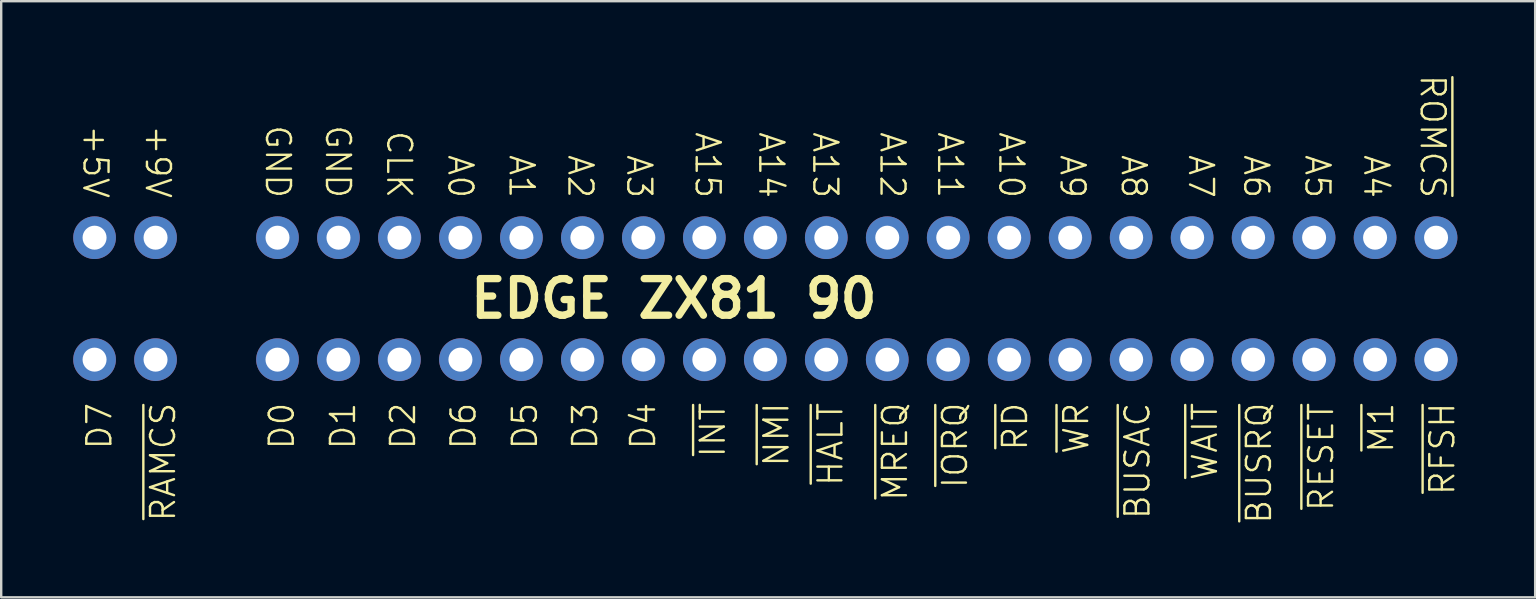
<source format=kicad_pcb>
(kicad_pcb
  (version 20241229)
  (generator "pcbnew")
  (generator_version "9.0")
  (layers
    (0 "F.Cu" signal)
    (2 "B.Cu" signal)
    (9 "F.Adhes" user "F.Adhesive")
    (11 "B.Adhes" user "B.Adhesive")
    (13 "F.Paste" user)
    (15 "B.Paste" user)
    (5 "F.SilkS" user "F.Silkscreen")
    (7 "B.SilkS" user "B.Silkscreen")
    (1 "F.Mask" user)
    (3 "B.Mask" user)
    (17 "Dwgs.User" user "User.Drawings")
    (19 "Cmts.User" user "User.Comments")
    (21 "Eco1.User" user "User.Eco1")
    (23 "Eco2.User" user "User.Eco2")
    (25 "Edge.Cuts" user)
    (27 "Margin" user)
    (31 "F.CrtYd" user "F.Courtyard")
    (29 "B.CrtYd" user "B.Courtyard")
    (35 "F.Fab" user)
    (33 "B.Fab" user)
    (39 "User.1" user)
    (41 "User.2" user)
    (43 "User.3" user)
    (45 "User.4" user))
  (footprint "EDGE ZX81 90"
    (layer "F.Cu")
    (at 28.829 9.531)
    (property "Reference" "EDGE ZX81 90" (at -3.81 -0.14 180) (layer "F.SilkS") (effects (font (size 1.524 1.524) (thickness 0.305))))
    (attr through_hole)
    (fp_text user "D3" (at -7.509 6.207 90) (unlocked yes) (layer "F.SilkS") (effects (font (size 1 1) (thickness 0.1)) (justify left)))
    (fp_text user "A13" (at 2.5 -7.15 270) (unlocked yes) (layer "F.SilkS") (effects (font (size 1 1) (thickness 0.1)) (justify left)))
    (fp_text user "~{WR}" (at 12.95 6.398 90) (unlocked yes) (layer "F.SilkS") (effects (font (size 1 1) (thickness 0.1)) (justify left)))
    (fp_text user "+9V" (at -25.3 -7.436 270) (unlocked yes) (layer "F.SilkS") (effects (font (size 1 1) (thickness 0.1)) (justify left)))
    (fp_text user "A7" (at 18.15 -6.198 270) (unlocked yes) (layer "F.SilkS") (effects (font (size 1 1) (thickness 0.1)) (justify left)))
    (fp_text user "A5" (at 23 -6.198 270) (unlocked yes) (layer "F.SilkS") (effects (font (size 1 1) (thickness 0.1)) (justify left)))
    (fp_text user "A3" (at -5.25 -6.198 270) (unlocked yes) (layer "F.SilkS") (effects (font (size 1 1) (thickness 0.1)) (justify left)))
    (fp_text user "~{IORQ}" (at 7.9 7.826 90) (unlocked yes) (layer "F.SilkS") (effects (font (size 1 1) (thickness 0.1)) (justify left)))
    (fp_text user "~{INT}" (at -2.188 6.54 90) (unlocked yes) (layer "F.SilkS") (effects (font (size 1 1) (thickness 0.1)) (justify left)))
    (fp_text user "A12" (at 5.3 -7.15 270) (unlocked yes) (layer "F.SilkS") (effects (font (size 1 1) (thickness 0.1)) (justify left)))
    (fp_text user "A11" (at 7.7 -7.15 270) (unlocked yes) (layer "F.SilkS") (effects (font (size 1 1) (thickness 0.1)) (justify left)))
    (fp_text user "GND" (at -20.3 -7.436 270) (unlocked yes) (layer "F.SilkS") (effects (font (size 1 1) (thickness 0.1)) (justify left)))
    (fp_text user "A1" (at -10.15 -6.198 270) (unlocked yes) (layer "F.SilkS") (effects (font (size 1 1) (thickness 0.1)) (justify left)))
    (fp_text user "A15" (at -2.4 -7.15 270) (unlocked yes) (layer "F.SilkS") (effects (font (size 1 1) (thickness 0.1)) (justify left)))
    (fp_text user "GND" (at -17.8 -7.436 270) (unlocked yes) (layer "F.SilkS") (effects (font (size 1 1) (thickness 0.1)) (justify left)))
    (fp_text user "D1" (at -17.593 6.207 90) (unlocked yes) (layer "F.SilkS") (effects (font (size 1 1) (thickness 0.1)) (justify left)))
    (fp_text user "~{RD}" (at 10.4 6.255 90) (unlocked yes) (layer "F.SilkS") (effects (font (size 1 1) (thickness 0.1)) (justify left)))
    (fp_text user "D4" (at -5.093 6.207 90) (unlocked yes) (layer "F.SilkS") (effects (font (size 1 1) (thickness 0.1)) (justify left)))
    (fp_text user "A2" (at -7.7 -6.198 270) (unlocked yes) (layer "F.SilkS") (effects (font (size 1 1) (thickness 0.1)) (justify left)))
    (fp_text user "CLK" (at -15.25 -7.198 270) (unlocked yes) (layer "F.SilkS") (effects (font (size 1 1) (thickness 0.1)) (justify left)))
    (fp_text user "A4" (at 25.45 -6.198 270) (unlocked yes) (layer "F.SilkS") (effects (font (size 1 1) (thickness 0.1)) (justify left)))
    (fp_text user "~{ROMCS}" (at 27.8 -9.531 270) (unlocked yes) (layer "F.SilkS") (effects (font (size 1 1) (thickness 0.1)) (justify left)))
    (fp_text user "~{RESET}" (at 23.15 8.779 90) (unlocked yes) (layer "F.SilkS") (effects (font (size 1 1) (thickness 0.1)) (justify left)))
    (fp_text user "D5" (at -10.016 6.207 90) (unlocked yes) (layer "F.SilkS") (effects (font (size 1 1) (thickness 0.1)) (justify left)))
    (fp_text user "~{HALT}" (at 2.712 7.731 90) (unlocked yes) (layer "F.SilkS") (effects (font (size 1 1) (thickness 0.1)) (justify left)))
    (fp_text user "~{WAIT}" (at 18.312 7.493 90) (unlocked yes) (layer "F.SilkS") (effects (font (size 1 1) (thickness 0.1)) (justify left)))
    (fp_text user "D6" (at -12.573 6.207 90) (unlocked yes) (layer "F.SilkS") (effects (font (size 1 1) (thickness 0.1)) (justify left)))
    (fp_text user "~{M1}" (at 25.65 6.35 90) (unlocked yes) (layer "F.SilkS") (effects (font (size 1 1) (thickness 0.1)) (justify left)))
    (fp_text user "A10" (at 10.25 -7.15 270) (unlocked yes) (layer "F.SilkS") (effects (font (size 1 1) (thickness 0.1)) (justify left)))
    (fp_text user "~{BUSAC}" (at 15.5 9.112 90) (unlocked yes) (layer "F.SilkS") (effects (font (size 1 1) (thickness 0.1)) (justify left)))
    (fp_text user "A14" (at 0.25 -7.15 270) (unlocked yes) (layer "F.SilkS") (effects (font (size 1 1) (thickness 0.1)) (justify left)))
    (fp_text user "D0" (at -20.143 6.207 90) (unlocked yes) (layer "F.SilkS") (effects (font (size 1 1) (thickness 0.1)) (justify left)))
    (fp_text user "A6" (at 20.45 -6.198 270) (unlocked yes) (layer "F.SilkS") (effects (font (size 1 1) (thickness 0.1)) (justify left)))
    (fp_text user "~{MREQ}" (at 5.4 8.35 90) (unlocked yes) (layer "F.SilkS") (effects (font (size 1 1) (thickness 0.1)) (justify left)))
    (fp_text user "A9" (at 12.8 -6.198 270) (unlocked yes) (layer "F.SilkS") (effects (font (size 1 1) (thickness 0.1)) (justify left)))
    (fp_text user "~{RFSH}" (at 28.2 8.112 90) (unlocked yes) (layer "F.SilkS") (effects (font (size 1 1) (thickness 0.1)) (justify left)))
    (fp_text user "D2" (at -15.093 6.207 90) (unlocked yes) (layer "F.SilkS") (effects (font (size 1 1) (thickness 0.1)) (justify left)))
    (fp_text user "~{NMI}" (at 0.462 6.921 90) (unlocked yes) (layer "F.SilkS") (effects (font (size 1 1) (thickness 0.1)) (justify left)))
    (fp_text user "+5V" (at -27.9 -7.436 270) (unlocked yes) (layer "F.SilkS") (effects (font (size 1 1) (thickness 0.1)) (justify left)))
    (fp_text user "~{BUSRQ}" (at 20.562 9.302 90) (unlocked yes) (layer "F.SilkS") (effects (font (size 1 1) (thickness 0.1)) (justify left)))
    (fp_text user "D7" (at -27.743 6.207 90) (unlocked yes) (layer "F.SilkS") (effects (font (size 1 1) (thickness 0.1)) (justify left)))
    (fp_text user "~{RAMCS}" (at -25.088 9.207 90) (unlocked yes) (layer "F.SilkS") (effects (font (size 1 1) (thickness 0.1)) (justify left)))
    (fp_text user "A8" (at 15.35 -6.198 270) (unlocked yes) (layer "F.SilkS") (effects (font (size 1 1) (thickness 0.1)) (justify left)))
    (fp_text user "A0" (at -12.7 -6.198 270) (unlocked yes) (layer "F.SilkS") (effects (font (size 1 1) (thickness 0.1)) (justify left)))
    (pad "A3" thru_hole circle (at -27.94 -2.68 180) (size 1.778 1.778) (drill 1) (layers "*.Cu" "*.Mask"))
    (pad "A4" thru_hole circle (at -25.4 -2.68 180) (size 1.778 1.778) (drill 1) (layers "*.Cu" "*.Mask"))
    (pad "A6" thru_hole circle (at -20.32 -2.68 180) (size 1.778 1.778) (drill 1) (layers "*.Cu" "*.Mask"))
    (pad "A7" thru_hole circle (at -17.78 -2.68 180) (size 1.778 1.778) (drill 1) (layers "*.Cu" "*.Mask"))
    (pad "A8" thru_hole circle (at -15.24 -2.68 180) (size 1.778 1.778) (drill 1) (layers "*.Cu" "*.Mask"))
    (pad "A9" thru_hole circle (at -12.7 -2.68 180) (size 1.778 1.778) (drill 1) (layers "*.Cu" "*.Mask"))
    (pad "A10" thru_hole circle (at -10.16 -2.68 180) (size 1.778 1.778) (drill 1) (layers "*.Cu" "*.Mask"))
    (pad "A11" thru_hole circle (at -7.62 -2.68 180) (size 1.778 1.778) (drill 1) (layers "*.Cu" "*.Mask"))
    (pad "A12" thru_hole circle (at -5.08 -2.68 180) (size 1.778 1.778) (drill 1) (layers "*.Cu" "*.Mask"))
    (pad "A13" thru_hole circle (at -2.54 -2.68 180) (size 1.778 1.778) (drill 1) (layers "*.Cu" "*.Mask"))
    (pad "A14" thru_hole circle (at 0 -2.68 180) (size 1.778 1.778) (drill 1) (layers "*.Cu" "*.Mask"))
    (pad "A15" thru_hole circle (at 2.54 -2.68 180) (size 1.778 1.778) (drill 1) (layers "*.Cu" "*.Mask"))
    (pad "A16" thru_hole circle (at 5.08 -2.68 180) (size 1.778 1.778) (drill 1) (layers "*.Cu" "*.Mask"))
    (pad "A17" thru_hole circle (at 7.62 -2.68 180) (size 1.778 1.778) (drill 1) (layers "*.Cu" "*.Mask"))
    (pad "A18" thru_hole circle (at 10.16 -2.68 180) (size 1.778 1.778) (drill 1) (layers "*.Cu" "*.Mask"))
    (pad "A19" thru_hole circle (at 12.7 -2.68 180) (size 1.778 1.778) (drill 1) (layers "*.Cu" "*.Mask"))
    (pad "A20" thru_hole circle (at 15.24 -2.68 180) (size 1.778 1.778) (drill 1) (layers "*.Cu" "*.Mask"))
    (pad "A21" thru_hole circle (at 17.78 -2.68 180) (size 1.778 1.778) (drill 1) (layers "*.Cu" "*.Mask"))
    (pad "A22" thru_hole circle (at 20.32 -2.68 180) (size 1.778 1.778) (drill 1) (layers "*.Cu" "*.Mask"))
    (pad "A23" thru_hole circle (at 22.86 -2.68 180) (size 1.778 1.778) (drill 1) (layers "*.Cu" "*.Mask"))
    (pad "A24" thru_hole circle (at 25.4 -2.68 180) (size 1.778 1.778) (drill 1) (layers "*.Cu" "*.Mask"))
    (pad "A25" thru_hole circle (at 27.94 -2.68 180) (size 1.778 1.778) (drill 1) (layers "*.Cu" "*.Mask"))
    (pad "B3" thru_hole circle (at -27.94 2.4 180) (size 1.778 1.778) (drill 1) (layers "*.Cu" "*.Mask"))
    (pad "B4" thru_hole circle (at -25.4 2.4 180) (size 1.778 1.778) (drill 1) (layers "*.Cu" "*.Mask"))
    (pad "B6" thru_hole circle (at -20.32 2.4 180) (size 1.778 1.778) (drill 1) (layers "*.Cu" "*.Mask"))
    (pad "B7" thru_hole circle (at -17.78 2.4 180) (size 1.778 1.778) (drill 1) (layers "*.Cu" "*.Mask"))
    (pad "B8" thru_hole circle (at -15.24 2.4 180) (size 1.778 1.778) (drill 1) (layers "*.Cu" "*.Mask"))
    (pad "B9" thru_hole circle (at -12.7 2.4 180) (size 1.778 1.778) (drill 1) (layers "*.Cu" "*.Mask"))
    (pad "B10" thru_hole circle (at -10.16 2.4 180) (size 1.778 1.778) (drill 1) (layers "*.Cu" "*.Mask"))
    (pad "B11" thru_hole circle (at -7.62 2.4 180) (size 1.778 1.778) (drill 1) (layers "*.Cu" "*.Mask"))
    (pad "B12" thru_hole circle (at -5.08 2.4 180) (size 1.778 1.778) (drill 1) (layers "*.Cu" "*.Mask"))
    (pad "B13" thru_hole circle (at -2.54 2.4 180) (size 1.778 1.778) (drill 1) (layers "*.Cu" "*.Mask"))
    (pad "B14" thru_hole circle (at 0 2.4 180) (size 1.778 1.778) (drill 1) (layers "*.Cu" "*.Mask"))
    (pad "B15" thru_hole circle (at 2.54 2.4 180) (size 1.778 1.778) (drill 1) (layers "*.Cu" "*.Mask"))
    (pad "B16" thru_hole circle (at 5.08 2.4 180) (size 1.778 1.778) (drill 1) (layers "*.Cu" "*.Mask"))
    (pad "B17" thru_hole circle (at 7.62 2.4 180) (size 1.778 1.778) (drill 1) (layers "*.Cu" "*.Mask"))
    (pad "B18" thru_hole circle (at 10.16 2.4 180) (size 1.778 1.778) (drill 1) (layers "*.Cu" "*.Mask"))
    (pad "B19" thru_hole circle (at 12.7 2.4 180) (size 1.778 1.778) (drill 1) (layers "*.Cu" "*.Mask"))
    (pad "B20" thru_hole circle (at 15.24 2.4 180) (size 1.778 1.778) (drill 1) (layers "*.Cu" "*.Mask"))
    (pad "B21" thru_hole circle (at 17.78 2.4 180) (size 1.778 1.778) (drill 1) (layers "*.Cu" "*.Mask"))
    (pad "B22" thru_hole circle (at 20.32 2.4 180) (size 1.778 1.778) (drill 1) (layers "*.Cu" "*.Mask"))
    (pad "B23" thru_hole circle (at 22.86 2.4 180) (size 1.778 1.778) (drill 1) (layers "*.Cu" "*.Mask"))
    (pad "B24" thru_hole circle (at 25.4 2.4 180) (size 1.778 1.778) (drill 1) (layers "*.Cu" "*.Mask"))
    (pad "B25" thru_hole circle (at 27.94 2.4 180) (size 1.778 1.778) (drill 1) (layers "*.Cu" "*.Mask")))
  (gr_rect
    (start -3 -3)
    (end 60.898 21.833)
    (stroke (width 0.1) (type default))
    (fill no)
    (layer "Edge.Cuts")))
</source>
